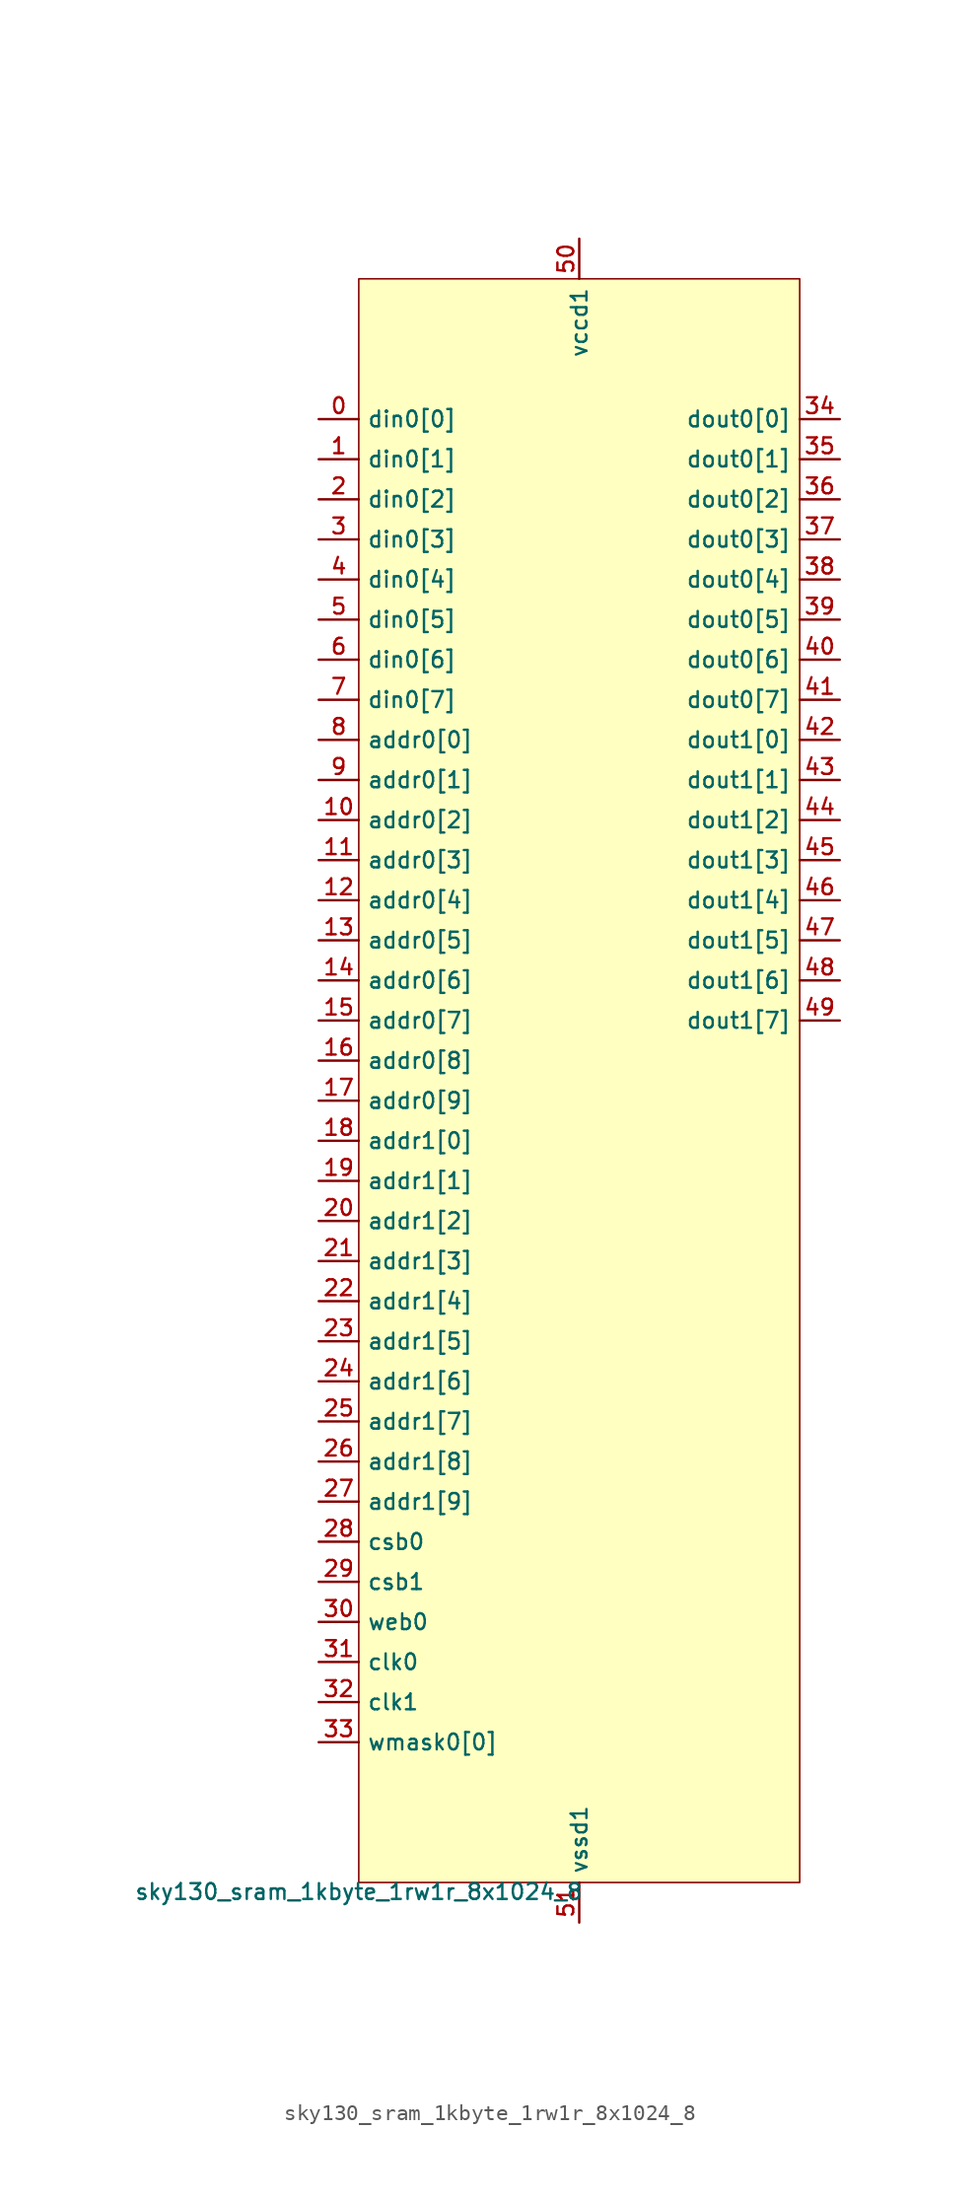
<source format=kicad_sym>
(kicad_symbol_lib
  (version 20211014)
  (generator lef2kicad_sym)
  (symbol "sky130_sram_1kbyte_1rw1r_8x1024_8"
    (property "Reference" "CELL"
      (at 0 0 0)
      (effects (font (size 1 1)) hide))
    (property "Value" "sky130_sram_1kbyte_1rw1r_8x1024_8"
      (at -13.97 -50.8 0)
      (effects (font (size 1 1)) (justify top)))
    (rectangle
      (start -13.97 -50.8)
      (end 13.97 50.8)
      (stroke (width 0.1) (type solid) (color 0 0 0 0))
      (fill (type background)))
    (pin input line
      (at -16.51 41.91 0)
      (length 2.54)
      (name "din0[0]" (effects (font (size 1 1)) hide))
      (number "0" (effects (font (size 1 1)) hide)))
    (pin input line
      (at -16.51 39.37 0)
      (length 2.54)
      (name "din0[1]" (effects (font (size 1 1)) hide))
      (number "1" (effects (font (size 1 1)) hide)))
    (pin input line
      (at -16.51 36.83 0)
      (length 2.54)
      (name "din0[2]" (effects (font (size 1 1)) hide))
      (number "2" (effects (font (size 1 1)) hide)))
    (pin input line
      (at -16.51 34.29 0)
      (length 2.54)
      (name "din0[3]" (effects (font (size 1 1)) hide))
      (number "3" (effects (font (size 1 1)) hide)))
    (pin input line
      (at -16.51 31.75 0)
      (length 2.54)
      (name "din0[4]" (effects (font (size 1 1)) hide))
      (number "4" (effects (font (size 1 1)) hide)))
    (pin input line
      (at -16.51 29.21 0)
      (length 2.54)
      (name "din0[5]" (effects (font (size 1 1)) hide))
      (number "5" (effects (font (size 1 1)) hide)))
    (pin input line
      (at -16.51 26.67 0)
      (length 2.54)
      (name "din0[6]" (effects (font (size 1 1)) hide))
      (number "6" (effects (font (size 1 1)) hide)))
    (pin input line
      (at -16.51 24.13 0)
      (length 2.54)
      (name "din0[7]" (effects (font (size 1 1)) hide))
      (number "7" (effects (font (size 1 1)) hide)))
    (pin input line
      (at -16.51 21.59 0)
      (length 2.54)
      (name "addr0[0]" (effects (font (size 1 1)) hide))
      (number "8" (effects (font (size 1 1)) hide)))
    (pin input line
      (at -16.51 19.05 0)
      (length 2.54)
      (name "addr0[1]" (effects (font (size 1 1)) hide))
      (number "9" (effects (font (size 1 1)) hide)))
    (pin input line
      (at -16.51 16.51 0)
      (length 2.54)
      (name "addr0[2]" (effects (font (size 1 1)) hide))
      (number "10" (effects (font (size 1 1)) hide)))
    (pin input line
      (at -16.51 13.97 0)
      (length 2.54)
      (name "addr0[3]" (effects (font (size 1 1)) hide))
      (number "11" (effects (font (size 1 1)) hide)))
    (pin input line
      (at -16.51 11.43 0)
      (length 2.54)
      (name "addr0[4]" (effects (font (size 1 1)) hide))
      (number "12" (effects (font (size 1 1)) hide)))
    (pin input line
      (at -16.51 8.89 0)
      (length 2.54)
      (name "addr0[5]" (effects (font (size 1 1)) hide))
      (number "13" (effects (font (size 1 1)) hide)))
    (pin input line
      (at -16.51 6.35 0)
      (length 2.54)
      (name "addr0[6]" (effects (font (size 1 1)) hide))
      (number "14" (effects (font (size 1 1)) hide)))
    (pin input line
      (at -16.51 3.81 0)
      (length 2.54)
      (name "addr0[7]" (effects (font (size 1 1)) hide))
      (number "15" (effects (font (size 1 1)) hide)))
    (pin input line
      (at -16.51 1.27 0)
      (length 2.54)
      (name "addr0[8]" (effects (font (size 1 1)) hide))
      (number "16" (effects (font (size 1 1)) hide)))
    (pin input line
      (at -16.51 -1.27 0)
      (length 2.54)
      (name "addr0[9]" (effects (font (size 1 1)) hide))
      (number "17" (effects (font (size 1 1)) hide)))
    (pin input line
      (at -16.51 -3.81 0)
      (length 2.54)
      (name "addr1[0]" (effects (font (size 1 1)) hide))
      (number "18" (effects (font (size 1 1)) hide)))
    (pin input line
      (at -16.51 -6.35 0)
      (length 2.54)
      (name "addr1[1]" (effects (font (size 1 1)) hide))
      (number "19" (effects (font (size 1 1)) hide)))
    (pin input line
      (at -16.51 -8.89 0)
      (length 2.54)
      (name "addr1[2]" (effects (font (size 1 1)) hide))
      (number "20" (effects (font (size 1 1)) hide)))
    (pin input line
      (at -16.51 -11.43 0)
      (length 2.54)
      (name "addr1[3]" (effects (font (size 1 1)) hide))
      (number "21" (effects (font (size 1 1)) hide)))
    (pin input line
      (at -16.51 -13.97 0)
      (length 2.54)
      (name "addr1[4]" (effects (font (size 1 1)) hide))
      (number "22" (effects (font (size 1 1)) hide)))
    (pin input line
      (at -16.51 -16.51 0)
      (length 2.54)
      (name "addr1[5]" (effects (font (size 1 1)) hide))
      (number "23" (effects (font (size 1 1)) hide)))
    (pin input line
      (at -16.51 -19.05 0)
      (length 2.54)
      (name "addr1[6]" (effects (font (size 1 1)) hide))
      (number "24" (effects (font (size 1 1)) hide)))
    (pin input line
      (at -16.51 -21.59 0)
      (length 2.54)
      (name "addr1[7]" (effects (font (size 1 1)) hide))
      (number "25" (effects (font (size 1 1)) hide)))
    (pin input line
      (at -16.51 -24.13 0)
      (length 2.54)
      (name "addr1[8]" (effects (font (size 1 1)) hide))
      (number "26" (effects (font (size 1 1)) hide)))
    (pin input line
      (at -16.51 -26.67 0)
      (length 2.54)
      (name "addr1[9]" (effects (font (size 1 1)) hide))
      (number "27" (effects (font (size 1 1)) hide)))
    (pin input line
      (at -16.51 -29.21 0)
      (length 2.54)
      (name "csb0" (effects (font (size 1 1)) hide))
      (number "28" (effects (font (size 1 1)) hide)))
    (pin input line
      (at -16.51 -31.75 0)
      (length 2.54)
      (name "csb1" (effects (font (size 1 1)) hide))
      (number "29" (effects (font (size 1 1)) hide)))
    (pin input line
      (at -16.51 -34.29 0)
      (length 2.54)
      (name "web0" (effects (font (size 1 1)) hide))
      (number "30" (effects (font (size 1 1)) hide)))
    (pin input line
      (at -16.51 -36.83 0)
      (length 2.54)
      (name "clk0" (effects (font (size 1 1)) hide))
      (number "31" (effects (font (size 1 1)) hide)))
    (pin input line
      (at -16.51 -39.37 0)
      (length 2.54)
      (name "clk1" (effects (font (size 1 1)) hide))
      (number "32" (effects (font (size 1 1)) hide)))
    (pin input line
      (at -16.51 -41.91 0)
      (length 2.54)
      (name "wmask0[0]" (effects (font (size 1 1)) hide))
      (number "33" (effects (font (size 1 1)) hide)))
    (pin output line
      (at 16.51 41.91 180)
      (length 2.54)
      (name "dout0[0]" (effects (font (size 1 1)) hide))
      (number "34" (effects (font (size 1 1)) hide)))
    (pin output line
      (at 16.51 39.37 180)
      (length 2.54)
      (name "dout0[1]" (effects (font (size 1 1)) hide))
      (number "35" (effects (font (size 1 1)) hide)))
    (pin output line
      (at 16.51 36.83 180)
      (length 2.54)
      (name "dout0[2]" (effects (font (size 1 1)) hide))
      (number "36" (effects (font (size 1 1)) hide)))
    (pin output line
      (at 16.51 34.29 180)
      (length 2.54)
      (name "dout0[3]" (effects (font (size 1 1)) hide))
      (number "37" (effects (font (size 1 1)) hide)))
    (pin output line
      (at 16.51 31.75 180)
      (length 2.54)
      (name "dout0[4]" (effects (font (size 1 1)) hide))
      (number "38" (effects (font (size 1 1)) hide)))
    (pin output line
      (at 16.51 29.21 180)
      (length 2.54)
      (name "dout0[5]" (effects (font (size 1 1)) hide))
      (number "39" (effects (font (size 1 1)) hide)))
    (pin output line
      (at 16.51 26.67 180)
      (length 2.54)
      (name "dout0[6]" (effects (font (size 1 1)) hide))
      (number "40" (effects (font (size 1 1)) hide)))
    (pin output line
      (at 16.51 24.13 180)
      (length 2.54)
      (name "dout0[7]" (effects (font (size 1 1)) hide))
      (number "41" (effects (font (size 1 1)) hide)))
    (pin output line
      (at 16.51 21.59 180)
      (length 2.54)
      (name "dout1[0]" (effects (font (size 1 1)) hide))
      (number "42" (effects (font (size 1 1)) hide)))
    (pin output line
      (at 16.51 19.05 180)
      (length 2.54)
      (name "dout1[1]" (effects (font (size 1 1)) hide))
      (number "43" (effects (font (size 1 1)) hide)))
    (pin output line
      (at 16.51 16.51 180)
      (length 2.54)
      (name "dout1[2]" (effects (font (size 1 1)) hide))
      (number "44" (effects (font (size 1 1)) hide)))
    (pin output line
      (at 16.51 13.97 180)
      (length 2.54)
      (name "dout1[3]" (effects (font (size 1 1)) hide))
      (number "45" (effects (font (size 1 1)) hide)))
    (pin output line
      (at 16.51 11.43 180)
      (length 2.54)
      (name "dout1[4]" (effects (font (size 1 1)) hide))
      (number "46" (effects (font (size 1 1)) hide)))
    (pin output line
      (at 16.51 8.89 180)
      (length 2.54)
      (name "dout1[5]" (effects (font (size 1 1)) hide))
      (number "47" (effects (font (size 1 1)) hide)))
    (pin output line
      (at 16.51 6.35 180)
      (length 2.54)
      (name "dout1[6]" (effects (font (size 1 1)) hide))
      (number "48" (effects (font (size 1 1)) hide)))
    (pin output line
      (at 16.51 3.81 180)
      (length 2.54)
      (name "dout1[7]" (effects (font (size 1 1)) hide))
      (number "49" (effects (font (size 1 1)) hide)))
    (pin power_in line
      (at 0.0 53.34 270)
      (length 2.54)
      (name "vccd1" (effects (font (size 1 1)) hide))
      (number "50" (effects (font (size 1 1)) hide)))
    (pin power_in line
      (at 0.0 -53.34 90)
      (length 2.54)
      (name "vssd1" (effects (font (size 1 1)) hide))
      (number "51" (effects (font (size 1 1)) hide)))))
</source>
